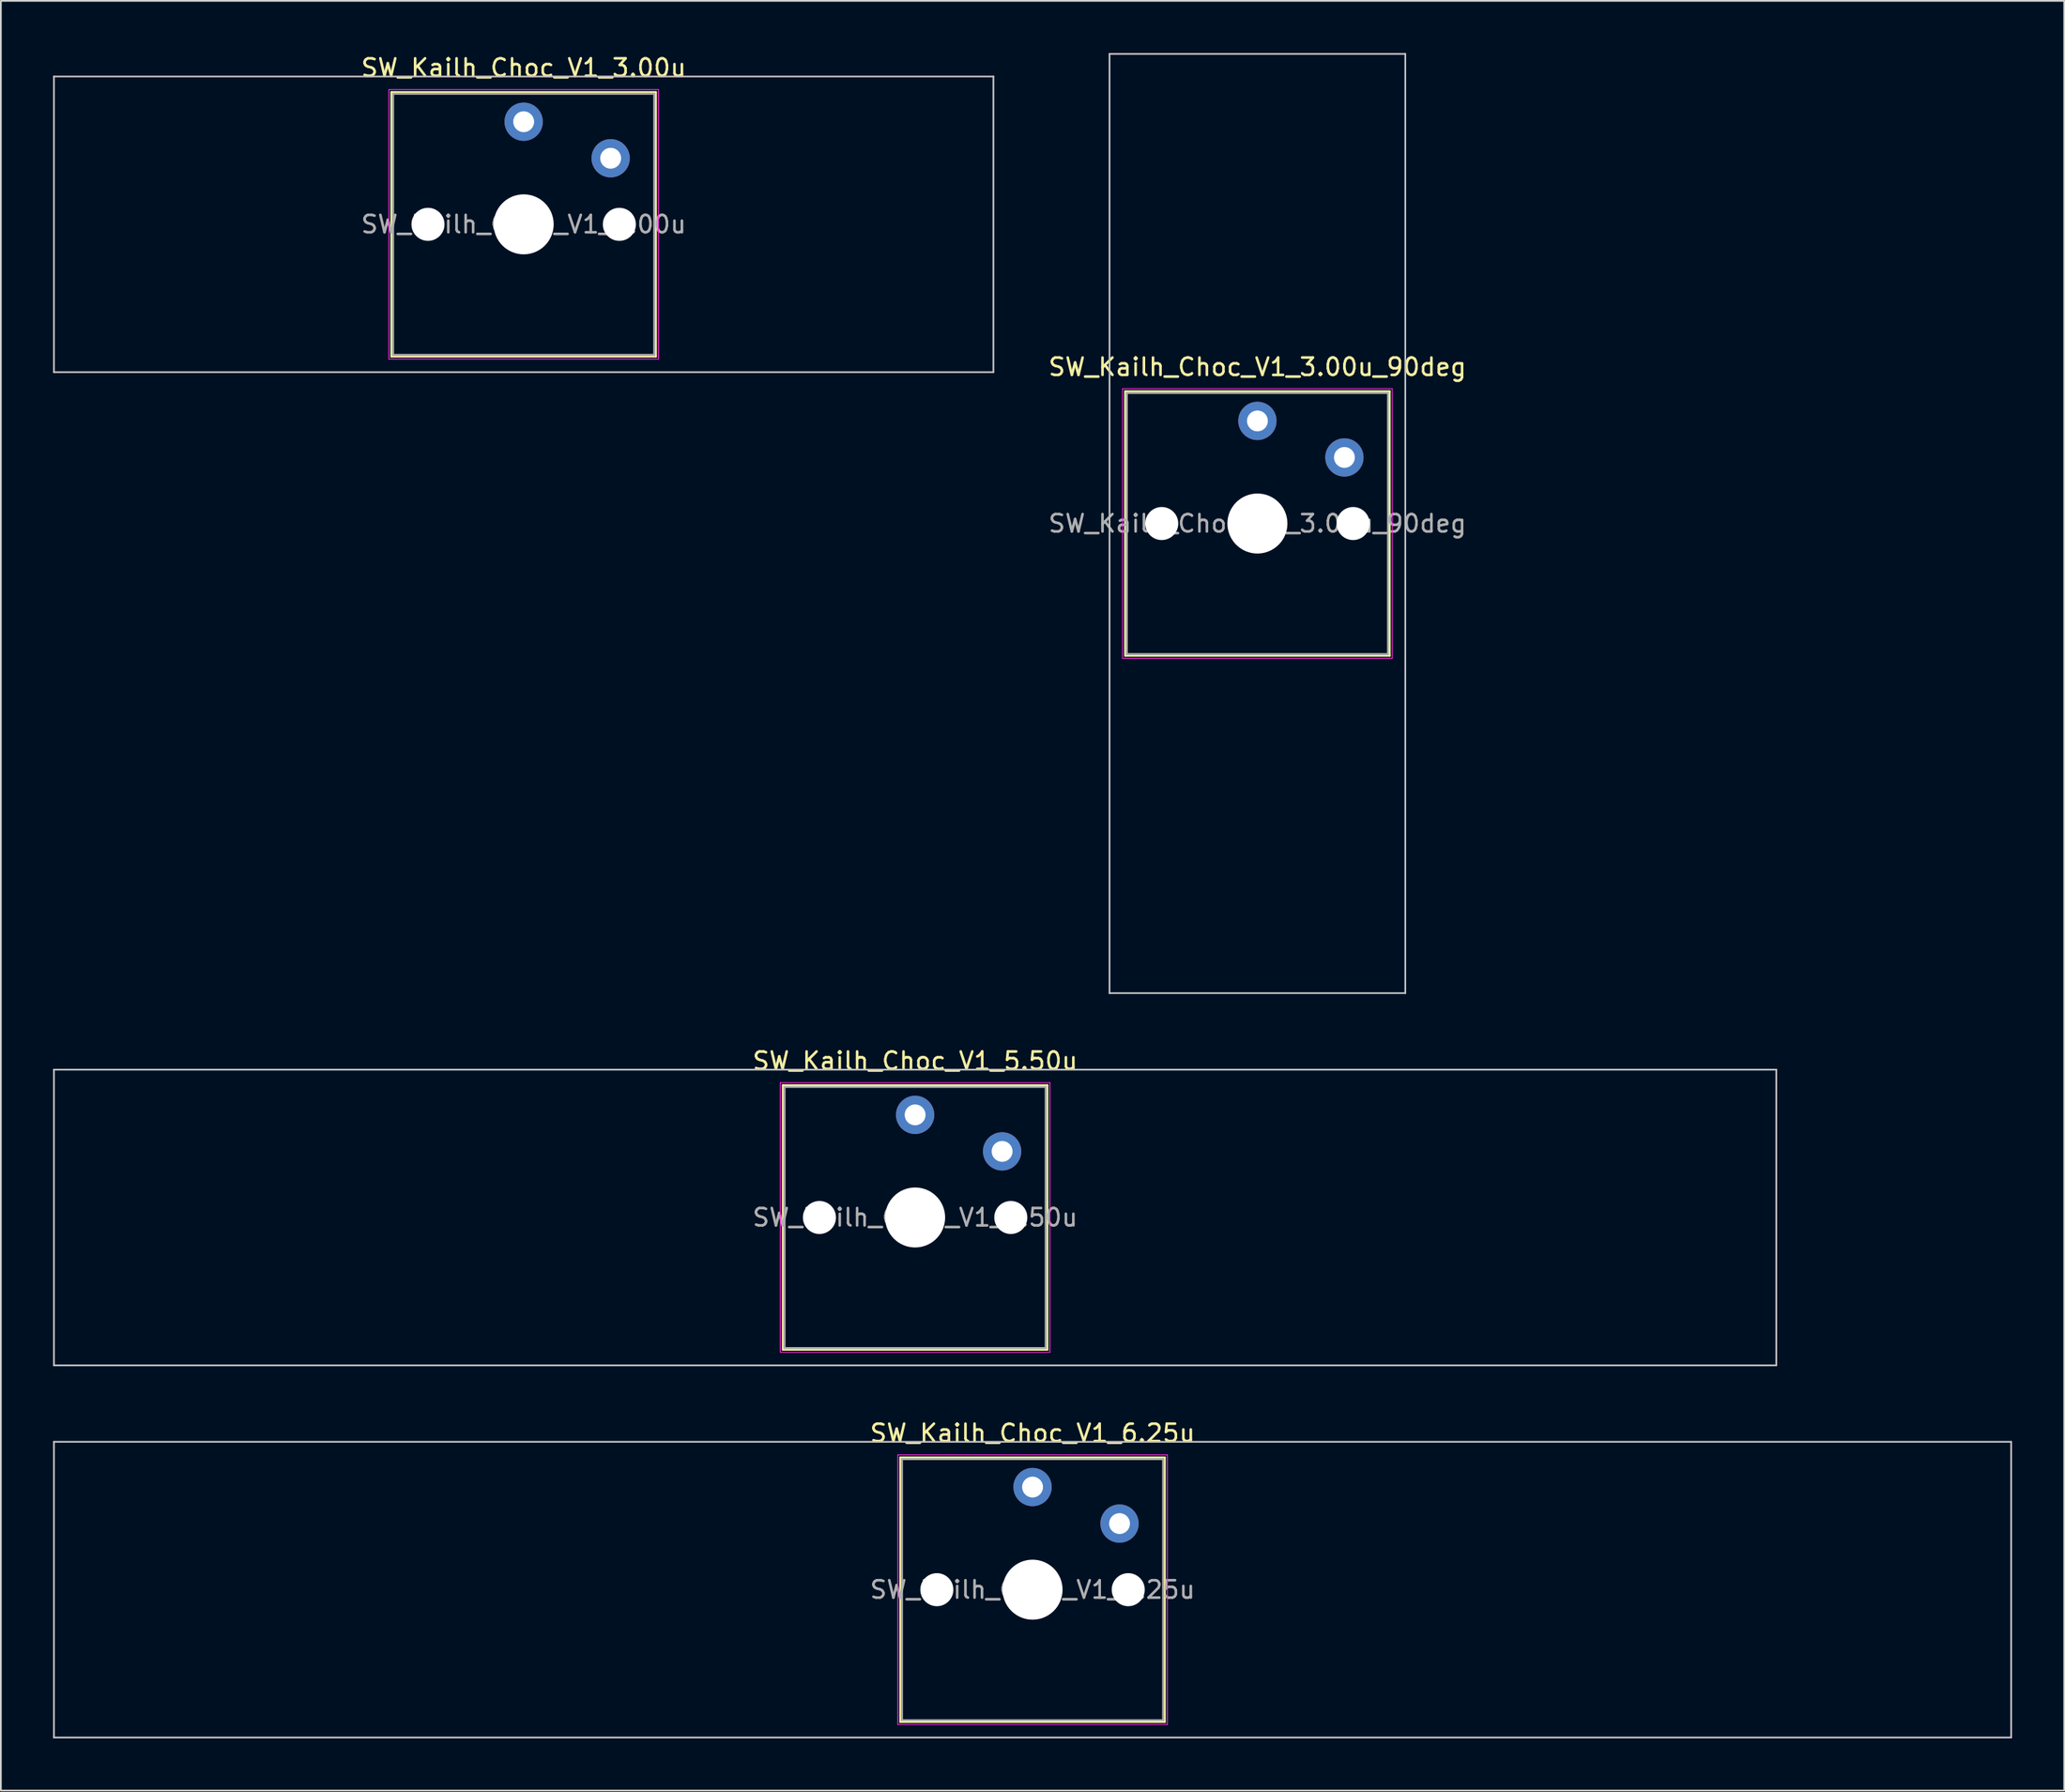
<source format=kicad_pcb>
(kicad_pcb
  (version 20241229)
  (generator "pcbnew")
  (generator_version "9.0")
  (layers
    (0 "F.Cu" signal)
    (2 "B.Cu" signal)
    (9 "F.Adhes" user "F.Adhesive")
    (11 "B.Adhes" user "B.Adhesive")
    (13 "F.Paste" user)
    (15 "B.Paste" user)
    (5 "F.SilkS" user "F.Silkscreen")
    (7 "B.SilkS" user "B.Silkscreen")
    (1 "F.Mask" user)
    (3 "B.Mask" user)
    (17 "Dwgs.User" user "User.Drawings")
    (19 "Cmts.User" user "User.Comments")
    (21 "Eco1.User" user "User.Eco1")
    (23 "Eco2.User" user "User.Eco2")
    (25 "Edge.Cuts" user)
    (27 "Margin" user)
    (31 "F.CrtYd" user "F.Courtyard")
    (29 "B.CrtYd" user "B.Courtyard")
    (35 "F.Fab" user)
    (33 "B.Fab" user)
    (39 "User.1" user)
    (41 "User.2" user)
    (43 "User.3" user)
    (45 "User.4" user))
  (footprint "SW_Kailh_Choc_V1_3.00u"
    (layer "F.Cu")
    (at 27.05 9.848)
    (property "Reference" "SW_Kailh_Choc_V1_3.00u" (at 0 -9 0) (layer "F.SilkS") (effects (font (size 1 1) (thickness 0.15))))
    (attr through_hole)
    (fp_line (start -7.6 -7.6) (end -7.6 7.6) (stroke (width 0.12) (type solid)) (layer "F.SilkS"))
    (fp_line (start -7.6 7.6) (end 7.6 7.6) (stroke (width 0.12) (type solid)) (layer "F.SilkS"))
    (fp_line (start 7.6 -7.6) (end -7.6 -7.6) (stroke (width 0.12) (type solid)) (layer "F.SilkS"))
    (fp_line (start 7.6 7.6) (end 7.6 -7.6) (stroke (width 0.12) (type solid)) (layer "F.SilkS"))
    (fp_line (start -27 -8.5) (end -27 8.5) (stroke (width 0.1) (type solid)) (layer "Dwgs.User"))
    (fp_line (start -27 8.5) (end 27 8.5) (stroke (width 0.1) (type solid)) (layer "Dwgs.User"))
    (fp_line (start 27 -8.5) (end -27 -8.5) (stroke (width 0.1) (type solid)) (layer "Dwgs.User"))
    (fp_line (start 27 8.5) (end 27 -8.5) (stroke (width 0.1) (type solid)) (layer "Dwgs.User"))
    (fp_line (start -7.25 -7.25) (end -7.25 7.25) (stroke (width 0.1) (type solid)) (layer "Eco1.User"))
    (fp_line (start -7.25 7.25) (end 7.25 7.25) (stroke (width 0.1) (type solid)) (layer "Eco1.User"))
    (fp_line (start 7.25 -7.25) (end -7.25 -7.25) (stroke (width 0.1) (type solid)) (layer "Eco1.User"))
    (fp_line (start 7.25 7.25) (end 7.25 -7.25) (stroke (width 0.1) (type solid)) (layer "Eco1.User"))
    (fp_line (start -7.75 -7.75) (end -7.75 7.75) (stroke (width 0.05) (type solid)) (layer "F.CrtYd"))
    (fp_line (start -7.75 7.75) (end 7.75 7.75) (stroke (width 0.05) (type solid)) (layer "F.CrtYd"))
    (fp_line (start 7.75 -7.75) (end -7.75 -7.75) (stroke (width 0.05) (type solid)) (layer "F.CrtYd"))
    (fp_line (start 7.75 7.75) (end 7.75 -7.75) (stroke (width 0.05) (type solid)) (layer "F.CrtYd"))
    (fp_line (start -7.5 -7.5) (end -7.5 7.5) (stroke (width 0.1) (type solid)) (layer "F.Fab"))
    (fp_line (start -7.5 7.5) (end 7.5 7.5) (stroke (width 0.1) (type solid)) (layer "F.Fab"))
    (fp_line (start 7.5 -7.5) (end -7.5 -7.5) (stroke (width 0.1) (type solid)) (layer "F.Fab"))
    (fp_line (start 7.5 7.5) (end 7.5 -7.5) (stroke (width 0.1) (type solid)) (layer "F.Fab"))
    (fp_text user "${REFERENCE}" (at 0 0 0) (layer "F.Fab") (effects (font (size 1 1) (thickness 0.15))))
    (pad "" np_thru_hole circle (at -5.5 0) (size 1.9 1.9) (drill 1.9) (layers "*.Cu" "*.Mask"))
    (pad "" np_thru_hole circle (at 0 0) (size 3.45 3.45) (drill 3.45) (layers "*.Cu" "*.Mask"))
    (pad "" np_thru_hole circle (at 5.5 0) (size 1.9 1.9) (drill 1.9) (layers "*.Cu" "*.Mask"))
    (pad "1" thru_hole circle (at 0 -5.9) (size 2.2 2.2) (drill 1.2) (layers "*.Cu" "*.Mask"))
    (pad "2" thru_hole circle (at 5 -3.8) (size 2.2 2.2) (drill 1.2) (layers "*.Cu" "*.Mask")))
  (footprint "SW_Kailh_Choc_V1_5.50u"
    (layer "F.Cu")
    (at 49.55 66.948)
    (property "Reference" "SW_Kailh_Choc_V1_5.50u" (at 0 -9 0) (layer "F.SilkS") (effects (font (size 1 1) (thickness 0.15))))
    (attr through_hole)
    (fp_line (start -7.6 -7.6) (end -7.6 7.6) (stroke (width 0.12) (type solid)) (layer "F.SilkS"))
    (fp_line (start -7.6 7.6) (end 7.6 7.6) (stroke (width 0.12) (type solid)) (layer "F.SilkS"))
    (fp_line (start 7.6 -7.6) (end -7.6 -7.6) (stroke (width 0.12) (type solid)) (layer "F.SilkS"))
    (fp_line (start 7.6 7.6) (end 7.6 -7.6) (stroke (width 0.12) (type solid)) (layer "F.SilkS"))
    (fp_line (start -49.5 -8.5) (end -49.5 8.5) (stroke (width 0.1) (type solid)) (layer "Dwgs.User"))
    (fp_line (start -49.5 8.5) (end 49.5 8.5) (stroke (width 0.1) (type solid)) (layer "Dwgs.User"))
    (fp_line (start 49.5 -8.5) (end -49.5 -8.5) (stroke (width 0.1) (type solid)) (layer "Dwgs.User"))
    (fp_line (start 49.5 8.5) (end 49.5 -8.5) (stroke (width 0.1) (type solid)) (layer "Dwgs.User"))
    (fp_line (start -7.25 -7.25) (end -7.25 7.25) (stroke (width 0.1) (type solid)) (layer "Eco1.User"))
    (fp_line (start -7.25 7.25) (end 7.25 7.25) (stroke (width 0.1) (type solid)) (layer "Eco1.User"))
    (fp_line (start 7.25 -7.25) (end -7.25 -7.25) (stroke (width 0.1) (type solid)) (layer "Eco1.User"))
    (fp_line (start 7.25 7.25) (end 7.25 -7.25) (stroke (width 0.1) (type solid)) (layer "Eco1.User"))
    (fp_line (start -7.75 -7.75) (end -7.75 7.75) (stroke (width 0.05) (type solid)) (layer "F.CrtYd"))
    (fp_line (start -7.75 7.75) (end 7.75 7.75) (stroke (width 0.05) (type solid)) (layer "F.CrtYd"))
    (fp_line (start 7.75 -7.75) (end -7.75 -7.75) (stroke (width 0.05) (type solid)) (layer "F.CrtYd"))
    (fp_line (start 7.75 7.75) (end 7.75 -7.75) (stroke (width 0.05) (type solid)) (layer "F.CrtYd"))
    (fp_line (start -7.5 -7.5) (end -7.5 7.5) (stroke (width 0.1) (type solid)) (layer "F.Fab"))
    (fp_line (start -7.5 7.5) (end 7.5 7.5) (stroke (width 0.1) (type solid)) (layer "F.Fab"))
    (fp_line (start 7.5 -7.5) (end -7.5 -7.5) (stroke (width 0.1) (type solid)) (layer "F.Fab"))
    (fp_line (start 7.5 7.5) (end 7.5 -7.5) (stroke (width 0.1) (type solid)) (layer "F.Fab"))
    (fp_text user "${REFERENCE}" (at 0 0 0) (layer "F.Fab") (effects (font (size 1 1) (thickness 0.15))))
    (pad "" np_thru_hole circle (at -5.5 0) (size 1.9 1.9) (drill 1.9) (layers "*.Cu" "*.Mask"))
    (pad "" np_thru_hole circle (at 0 0) (size 3.45 3.45) (drill 3.45) (layers "*.Cu" "*.Mask"))
    (pad "" np_thru_hole circle (at 5.5 0) (size 1.9 1.9) (drill 1.9) (layers "*.Cu" "*.Mask"))
    (pad "1" thru_hole circle (at 0 -5.9) (size 2.2 2.2) (drill 1.2) (layers "*.Cu" "*.Mask"))
    (pad "2" thru_hole circle (at 5 -3.8) (size 2.2 2.2) (drill 1.2) (layers "*.Cu" "*.Mask")))
  (footprint "SW_Kailh_Choc_V1_6.25u"
    (layer "F.Cu")
    (at 56.3 88.347)
    (property "Reference" "SW_Kailh_Choc_V1_6.25u" (at 0 -9 0) (layer "F.SilkS") (effects (font (size 1 1) (thickness 0.15))))
    (attr through_hole)
    (fp_line (start -7.6 -7.6) (end -7.6 7.6) (stroke (width 0.12) (type solid)) (layer "F.SilkS"))
    (fp_line (start -7.6 7.6) (end 7.6 7.6) (stroke (width 0.12) (type solid)) (layer "F.SilkS"))
    (fp_line (start 7.6 -7.6) (end -7.6 -7.6) (stroke (width 0.12) (type solid)) (layer "F.SilkS"))
    (fp_line (start 7.6 7.6) (end 7.6 -7.6) (stroke (width 0.12) (type solid)) (layer "F.SilkS"))
    (fp_line (start -56.25 -8.5) (end -56.25 8.5) (stroke (width 0.1) (type solid)) (layer "Dwgs.User"))
    (fp_line (start -56.25 8.5) (end 56.25 8.5) (stroke (width 0.1) (type solid)) (layer "Dwgs.User"))
    (fp_line (start 56.25 -8.5) (end -56.25 -8.5) (stroke (width 0.1) (type solid)) (layer "Dwgs.User"))
    (fp_line (start 56.25 8.5) (end 56.25 -8.5) (stroke (width 0.1) (type solid)) (layer "Dwgs.User"))
    (fp_line (start -7.25 -7.25) (end -7.25 7.25) (stroke (width 0.1) (type solid)) (layer "Eco1.User"))
    (fp_line (start -7.25 7.25) (end 7.25 7.25) (stroke (width 0.1) (type solid)) (layer "Eco1.User"))
    (fp_line (start 7.25 -7.25) (end -7.25 -7.25) (stroke (width 0.1) (type solid)) (layer "Eco1.User"))
    (fp_line (start 7.25 7.25) (end 7.25 -7.25) (stroke (width 0.1) (type solid)) (layer "Eco1.User"))
    (fp_line (start -7.75 -7.75) (end -7.75 7.75) (stroke (width 0.05) (type solid)) (layer "F.CrtYd"))
    (fp_line (start -7.75 7.75) (end 7.75 7.75) (stroke (width 0.05) (type solid)) (layer "F.CrtYd"))
    (fp_line (start 7.75 -7.75) (end -7.75 -7.75) (stroke (width 0.05) (type solid)) (layer "F.CrtYd"))
    (fp_line (start 7.75 7.75) (end 7.75 -7.75) (stroke (width 0.05) (type solid)) (layer "F.CrtYd"))
    (fp_line (start -7.5 -7.5) (end -7.5 7.5) (stroke (width 0.1) (type solid)) (layer "F.Fab"))
    (fp_line (start -7.5 7.5) (end 7.5 7.5) (stroke (width 0.1) (type solid)) (layer "F.Fab"))
    (fp_line (start 7.5 -7.5) (end -7.5 -7.5) (stroke (width 0.1) (type solid)) (layer "F.Fab"))
    (fp_line (start 7.5 7.5) (end 7.5 -7.5) (stroke (width 0.1) (type solid)) (layer "F.Fab"))
    (fp_text user "${REFERENCE}" (at 0 0 0) (layer "F.Fab") (effects (font (size 1 1) (thickness 0.15))))
    (pad "" np_thru_hole circle (at -5.5 0) (size 1.9 1.9) (drill 1.9) (layers "*.Cu" "*.Mask"))
    (pad "" np_thru_hole circle (at 0 0) (size 3.45 3.45) (drill 3.45) (layers "*.Cu" "*.Mask"))
    (pad "" np_thru_hole circle (at 5.5 0) (size 1.9 1.9) (drill 1.9) (layers "*.Cu" "*.Mask"))
    (pad "1" thru_hole circle (at 0 -5.9) (size 2.2 2.2) (drill 1.2) (layers "*.Cu" "*.Mask"))
    (pad "2" thru_hole circle (at 5 -3.8) (size 2.2 2.2) (drill 1.2) (layers "*.Cu" "*.Mask")))
  (footprint "SW_Kailh_Choc_V1_3.00u_90deg"
    (layer "F.Cu")
    (at 69.225 27.05)
    (property "Reference" "SW_Kailh_Choc_V1_3.00u_90deg" (at 0 -9 0) (layer "F.SilkS") (effects (font (size 1 1) (thickness 0.15))))
    (attr through_hole)
    (fp_line (start -7.6 -7.6) (end -7.6 7.6) (stroke (width 0.12) (type solid)) (layer "F.SilkS"))
    (fp_line (start -7.6 7.6) (end 7.6 7.6) (stroke (width 0.12) (type solid)) (layer "F.SilkS"))
    (fp_line (start 7.6 -7.6) (end -7.6 -7.6) (stroke (width 0.12) (type solid)) (layer "F.SilkS"))
    (fp_line (start 7.6 7.6) (end 7.6 -7.6) (stroke (width 0.12) (type solid)) (layer "F.SilkS"))
    (fp_line (start -8.5 -27) (end 8.5 -27) (stroke (width 0.1) (type solid)) (layer "Dwgs.User"))
    (fp_line (start -8.5 27) (end -8.5 -27) (stroke (width 0.1) (type solid)) (layer "Dwgs.User"))
    (fp_line (start 8.5 -27) (end 8.5 27) (stroke (width 0.1) (type solid)) (layer "Dwgs.User"))
    (fp_line (start 8.5 27) (end -8.5 27) (stroke (width 0.1) (type solid)) (layer "Dwgs.User"))
    (fp_line (start -7.25 -7.25) (end -7.25 7.25) (stroke (width 0.1) (type solid)) (layer "Eco1.User"))
    (fp_line (start -7.25 7.25) (end 7.25 7.25) (stroke (width 0.1) (type solid)) (layer "Eco1.User"))
    (fp_line (start 7.25 -7.25) (end -7.25 -7.25) (stroke (width 0.1) (type solid)) (layer "Eco1.User"))
    (fp_line (start 7.25 7.25) (end 7.25 -7.25) (stroke (width 0.1) (type solid)) (layer "Eco1.User"))
    (fp_line (start -7.75 -7.75) (end -7.75 7.75) (stroke (width 0.05) (type solid)) (layer "F.CrtYd"))
    (fp_line (start -7.75 7.75) (end 7.75 7.75) (stroke (width 0.05) (type solid)) (layer "F.CrtYd"))
    (fp_line (start 7.75 -7.75) (end -7.75 -7.75) (stroke (width 0.05) (type solid)) (layer "F.CrtYd"))
    (fp_line (start 7.75 7.75) (end 7.75 -7.75) (stroke (width 0.05) (type solid)) (layer "F.CrtYd"))
    (fp_line (start -7.5 -7.5) (end -7.5 7.5) (stroke (width 0.1) (type solid)) (layer "F.Fab"))
    (fp_line (start -7.5 7.5) (end 7.5 7.5) (stroke (width 0.1) (type solid)) (layer "F.Fab"))
    (fp_line (start 7.5 -7.5) (end -7.5 -7.5) (stroke (width 0.1) (type solid)) (layer "F.Fab"))
    (fp_line (start 7.5 7.5) (end 7.5 -7.5) (stroke (width 0.1) (type solid)) (layer "F.Fab"))
    (fp_text user "${REFERENCE}" (at 0 0 0) (layer "F.Fab") (effects (font (size 1 1) (thickness 0.15))))
    (pad "" np_thru_hole circle (at -5.5 0) (size 1.9 1.9) (drill 1.9) (layers "*.Cu" "*.Mask"))
    (pad "" np_thru_hole circle (at 0 0) (size 3.45 3.45) (drill 3.45) (layers "*.Cu" "*.Mask"))
    (pad "" np_thru_hole circle (at 5.5 0) (size 1.9 1.9) (drill 1.9) (layers "*.Cu" "*.Mask"))
    (pad "1" thru_hole circle (at 0 -5.9) (size 2.2 2.2) (drill 1.2) (layers "*.Cu" "*.Mask"))
    (pad "2" thru_hole circle (at 5 -3.8) (size 2.2 2.2) (drill 1.2) (layers "*.Cu" "*.Mask")))
  (gr_rect
    (start -3 -3)
    (end 115.6 99.897)
    (stroke (width 0.1) (type default))
    (fill no)
    (layer "Edge.Cuts")))
</source>
